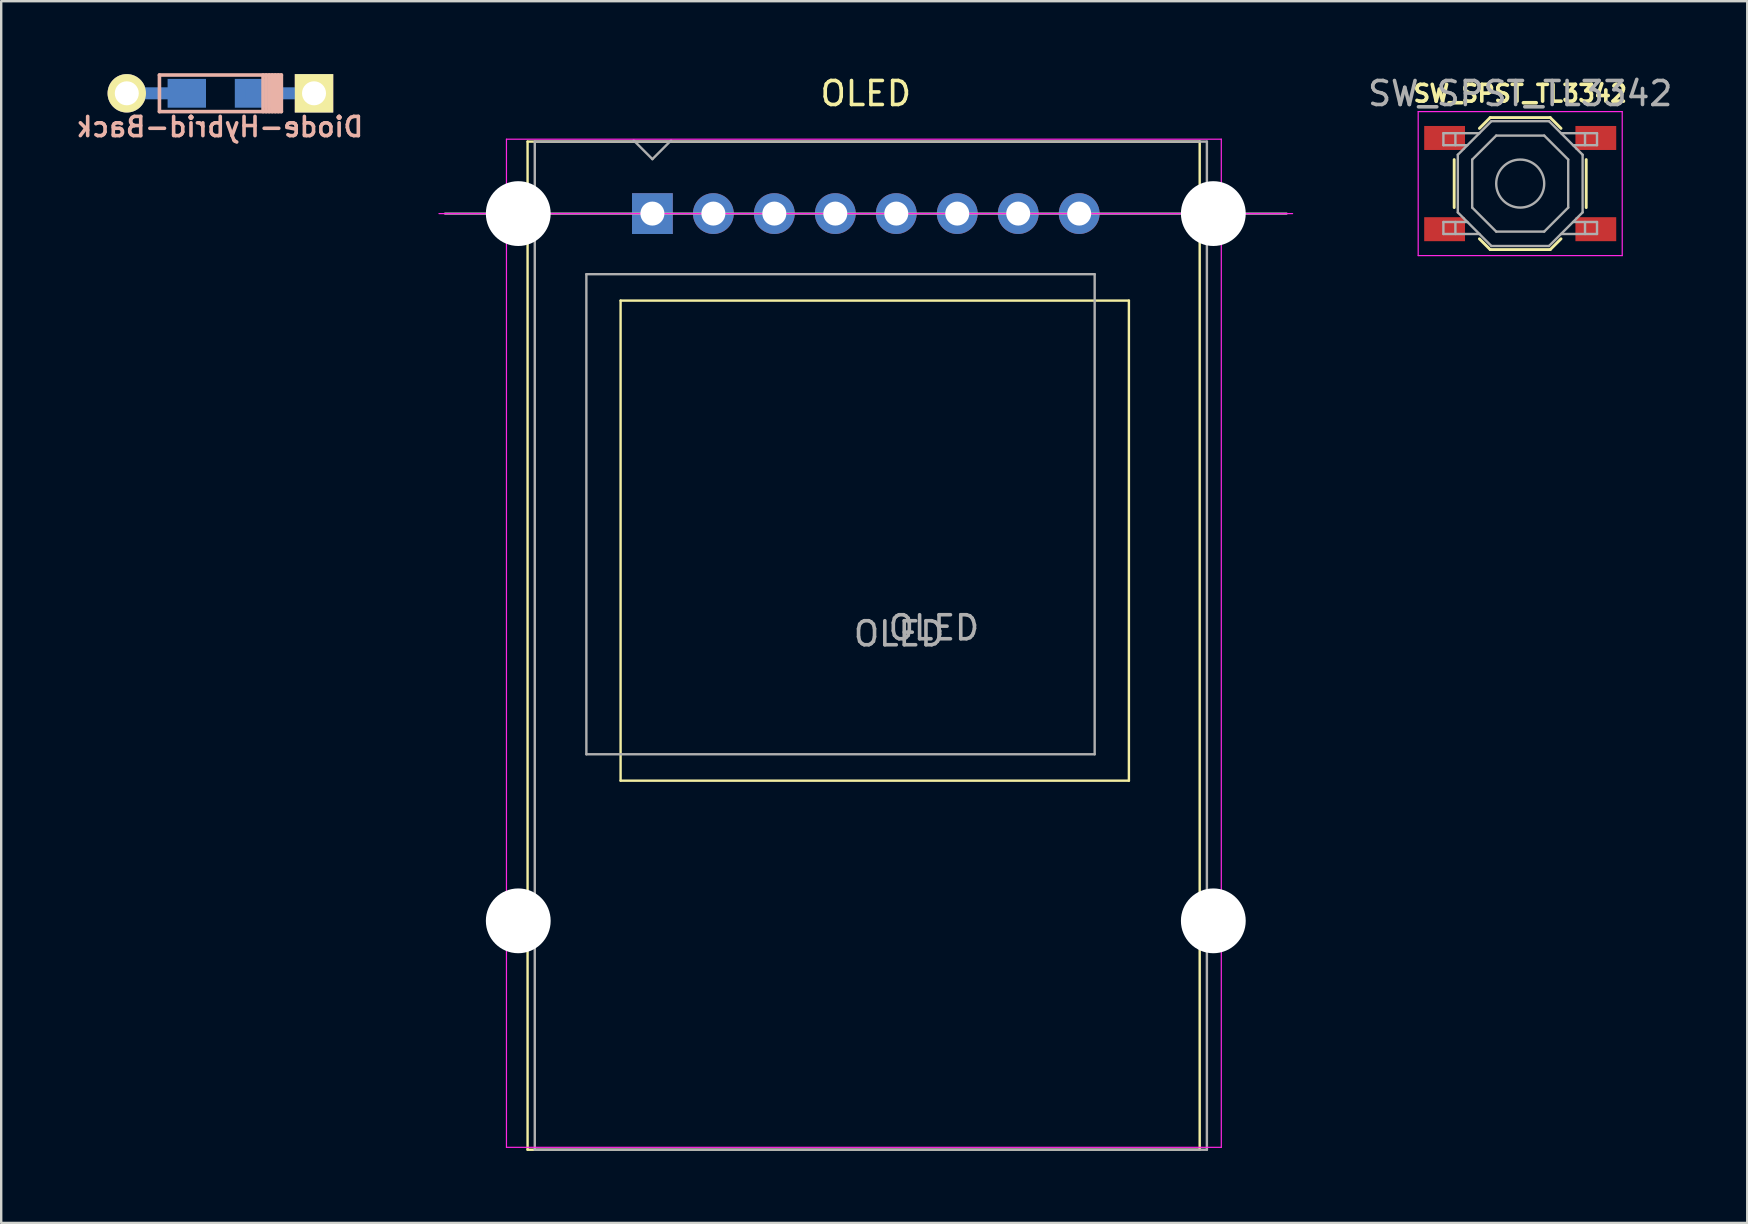
<source format=kicad_pcb>
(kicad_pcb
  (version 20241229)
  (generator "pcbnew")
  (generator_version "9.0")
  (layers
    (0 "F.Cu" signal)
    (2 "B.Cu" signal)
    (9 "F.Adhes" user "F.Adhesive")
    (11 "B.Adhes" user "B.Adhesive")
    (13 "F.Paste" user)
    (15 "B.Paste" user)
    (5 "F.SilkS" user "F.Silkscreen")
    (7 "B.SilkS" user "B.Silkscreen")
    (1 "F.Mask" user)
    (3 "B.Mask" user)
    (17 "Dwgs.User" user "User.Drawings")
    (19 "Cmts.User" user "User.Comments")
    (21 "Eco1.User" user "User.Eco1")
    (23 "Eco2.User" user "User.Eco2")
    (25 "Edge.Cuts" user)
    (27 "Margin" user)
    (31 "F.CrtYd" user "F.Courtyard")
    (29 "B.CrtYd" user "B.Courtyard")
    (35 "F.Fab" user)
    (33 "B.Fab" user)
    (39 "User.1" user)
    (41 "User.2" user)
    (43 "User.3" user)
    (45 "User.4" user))
  (footprint "Diode-Hybrid-Back"
    (layer "F.Cu")
    (at 6.132 0.837)
    (property "Reference" "Diode-Hybrid-Back" (at -0.025 1.4 0) (layer "B.SilkS") (effects (font (size 0.8 0.8) (thickness 0.15)) (justify mirror)))
    (attr smd)
    (fp_line (start -2.54 -0.762) (end -2.54 0.762) (stroke (width 0.15) (type solid)) (layer "B.SilkS"))
    (fp_line (start -2.54 0.762) (end 2.54 0.762) (stroke (width 0.15) (type solid)) (layer "B.SilkS"))
    (fp_line (start 1.778 0.762) (end 1.778 -0.762) (stroke (width 0.15) (type solid)) (layer "B.SilkS"))
    (fp_line (start 1.905 0.762) (end 1.905 -0.762) (stroke (width 0.15) (type solid)) (layer "B.SilkS"))
    (fp_line (start 2.032 -0.762) (end 2.032 0.762) (stroke (width 0.15) (type solid)) (layer "B.SilkS"))
    (fp_line (start 2.159 0.762) (end 2.159 -0.762) (stroke (width 0.15) (type solid)) (layer "B.SilkS"))
    (fp_line (start 2.286 -0.762) (end 2.286 0.762) (stroke (width 0.15) (type solid)) (layer "B.SilkS"))
    (fp_line (start 2.413 0.762) (end 2.413 -0.762) (stroke (width 0.15) (type solid)) (layer "B.SilkS"))
    (fp_line (start 2.54 -0.762) (end -2.54 -0.762) (stroke (width 0.15) (type solid)) (layer "B.SilkS"))
    (fp_line (start 2.54 0.762) (end 2.54 -0.762) (stroke (width 0.15) (type solid)) (layer "B.SilkS"))
    (pad "1" smd rect (at 1.4 0) (size 1.6 1.2) (layers "B.Cu" "B.Mask" "B.Paste"))
    (pad "1" smd rect (at 2.5 0) (size 2.9 0.5) (layers "B.Cu"))
    (pad "1" thru_hole rect (at 3.9 0) (size 1.6 1.6) (drill 1) (layers "*.Cu" "*.Mask" "F.SilkS"))
    (pad "2" thru_hole circle (at -3.9 0) (size 1.6 1.6) (drill 1) (layers "*.Cu" "*.Mask" "F.SilkS"))
    (pad "2" smd rect (at -2.5 0) (size 2.9 0.5) (layers "B.Cu"))
    (pad "2" smd rect (at -1.4 0) (size 1.6 1.2) (layers "B.Cu" "B.Mask" "B.Paste")))
  (footprint "OLED"
    (layer "F.Cu")
    (at 24.129 5.848)
    (property "Reference" "OLED" (at 8.89 -5 0) (layer "F.SilkS") (effects (font (size 1 1) (thickness 0.15))))
    (attr through_hole)
    (fp_line (start -5.2 -3) (end 22.8 -3) (stroke (width 0.1) (type default)) (layer "F.SilkS"))
    (fp_line (start -5.2 39) (end -5.2 -3) (stroke (width 0.1) (type default)) (layer "F.SilkS"))
    (fp_line (start -1.325 3.625) (end -1.325 23.625) (stroke (width 0.1) (type solid)) (layer "F.SilkS"))
    (fp_line (start -1.325 3.625) (end 19.851 3.625) (stroke (width 0.1) (type solid)) (layer "F.SilkS"))
    (fp_line (start -1.325 23.625) (end 19.851 23.625) (stroke (width 0.1) (type solid)) (layer "F.SilkS"))
    (fp_line (start 19.851 3.625) (end 19.851 23.625) (stroke (width 0.1) (type solid)) (layer "F.SilkS"))
    (fp_line (start 22.8 -3) (end 22.8 39) (stroke (width 0.1) (type default)) (layer "F.SilkS"))
    (fp_line (start 22.8 39) (end -5.2 39) (stroke (width 0.1) (type default)) (layer "F.SilkS"))
    (fp_line (start -6.08 -3.1) (end -6.08 38.9) (stroke (width 0.05) (type solid)) (layer "F.CrtYd"))
    (fp_line (start -6.08 -3.1) (end 23.7 -3.1) (stroke (width 0.05) (type default)) (layer "F.CrtYd"))
    (fp_line (start -6.08 38.9) (end 23.7 38.9) (stroke (width 0.05) (type solid)) (layer "F.CrtYd"))
    (fp_line (start 23.7 -3.1) (end 23.7 38.9) (stroke (width 0.05) (type solid)) (layer "F.CrtYd"))
    (fp_line (start 26.67 0) (end -8.89 0) (stroke (width 0.05) (type solid)) (layer "F.CrtYd"))
    (fp_line (start -4.9 -3) (end -4.9 39) (stroke (width 0.1) (type solid)) (layer "F.Fab"))
    (fp_line (start -4.9 -3) (end 23.1 -3) (stroke (width 0.1) (type default)) (layer "F.Fab"))
    (fp_line (start -4.9 39) (end 23.1 39) (stroke (width 0.1) (type default)) (layer "F.Fab"))
    (fp_line (start -2.751 2.525) (end -2.751 22.525) (stroke (width 0.1) (type solid)) (layer "F.Fab"))
    (fp_line (start -2.751 2.525) (end 18.425 2.525) (stroke (width 0.1) (type solid)) (layer "F.Fab"))
    (fp_line (start -2.751 22.525) (end 18.425 22.525) (stroke (width 0.1) (type solid)) (layer "F.Fab"))
    (fp_line (start -0.78 -3.048) (end 0 -2.268) (stroke (width 0.1) (type solid)) (layer "F.Fab"))
    (fp_line (start 0 -2.268) (end 0.78 -3.048) (stroke (width 0.1) (type solid)) (layer "F.Fab"))
    (fp_line (start 18.425 2.525) (end 18.425 22.525) (stroke (width 0.1) (type solid)) (layer "F.Fab"))
    (fp_line (start 23.1 -3) (end 23.1 39) (stroke (width 0.1) (type default)) (layer "F.Fab"))
    (fp_line (start 26.416 0) (end -8.636 0) (stroke (width 0.1) (type solid)) (layer "F.Fab"))
    (fp_text user "${REFERENCE}" (at 10.278 17.507 0) (layer "F.Fab") (effects (font (size 1 1) (thickness 0.15))))
    (fp_text user "${REFERENCE}" (at 11.727 17.257 0) (layer "F.Fab") (effects (font (size 1 1) (thickness 0.15))))
    (pad "" np_thru_hole circle (at -5.588 0) (size 2.7 2.7) (drill 2.7) (layers "*.Cu" "*.Mask"))
    (pad "" np_thru_hole circle (at -5.588 29.464) (size 2.7 2.7) (drill 2.7) (layers "*.Cu" "*.Mask"))
    (pad "" np_thru_hole circle (at 23.368 0) (size 2.7 2.7) (drill 2.7) (layers "*.Cu" "*.Mask"))
    (pad "" np_thru_hole circle (at 23.368 29.464) (size 2.7 2.7) (drill 2.7) (layers "*.Cu" "*.Mask"))
    (pad "1" thru_hole rect (at 0 0) (size 1.7 1.7) (drill 1) (layers "*.Cu" "*.Mask"))
    (pad "2" thru_hole circle (at 2.54 0) (size 1.7 1.7) (drill 1) (layers "*.Cu" "*.Mask"))
    (pad "3" thru_hole circle (at 5.08 0) (size 1.7 1.7) (drill 1) (layers "*.Cu" "*.Mask"))
    (pad "4" thru_hole circle (at 7.62 0) (size 1.7 1.7) (drill 1) (layers "*.Cu" "*.Mask"))
    (pad "5" thru_hole circle (at 10.16 0) (size 1.7 1.7) (drill 1) (layers "*.Cu" "*.Mask"))
    (pad "6" thru_hole circle (at 12.7 0) (size 1.7 1.7) (drill 1) (layers "*.Cu" "*.Mask"))
    (pad "7" thru_hole circle (at 15.24 0) (size 1.7 1.7) (drill 1) (layers "*.Cu" "*.Mask"))
    (pad "8" thru_hole circle (at 17.78 0) (size 1.7 1.7) (drill 1) (layers "*.Cu" "*.Mask")))
  (footprint "SW_SPST_TL3342"
    (layer "F.Cu")
    (at 60.282 4.598)
    (property "Reference" "SW_SPST_TL3342" (at 0 -3.75 0) (layer "F.SilkS") (effects (font (size 0.7 0.7) (thickness 0.15))))
    (attr smd)
    (fp_line (start -2.75 -1) (end -2.75 1) (stroke (width 0.12) (type solid)) (layer "F.SilkS"))
    (fp_line (start -1.7 -2.3) (end -1.25 -2.75) (stroke (width 0.12) (type solid)) (layer "F.SilkS"))
    (fp_line (start -1.7 2.3) (end -1.25 2.75) (stroke (width 0.12) (type solid)) (layer "F.SilkS"))
    (fp_line (start -1.25 -2.75) (end 1.25 -2.75) (stroke (width 0.12) (type solid)) (layer "F.SilkS"))
    (fp_line (start -1.25 2.75) (end 1.25 2.75) (stroke (width 0.12) (type solid)) (layer "F.SilkS"))
    (fp_line (start 1.7 -2.3) (end 1.25 -2.75) (stroke (width 0.12) (type solid)) (layer "F.SilkS"))
    (fp_line (start 1.7 2.3) (end 1.25 2.75) (stroke (width 0.12) (type solid)) (layer "F.SilkS"))
    (fp_line (start 2.75 -1) (end 2.75 1) (stroke (width 0.12) (type solid)) (layer "F.SilkS"))
    (fp_line (start -4.25 -3) (end 4.25 -3) (stroke (width 0.05) (type solid)) (layer "F.CrtYd"))
    (fp_line (start -4.25 3) (end -4.25 -3) (stroke (width 0.05) (type solid)) (layer "F.CrtYd"))
    (fp_line (start 4.25 -3) (end 4.25 3) (stroke (width 0.05) (type solid)) (layer "F.CrtYd"))
    (fp_line (start 4.25 3) (end -4.25 3) (stroke (width 0.05) (type solid)) (layer "F.CrtYd"))
    (fp_line (start -3.2 -2.1) (end -3.2 -1.6) (stroke (width 0.1) (type solid)) (layer "F.Fab"))
    (fp_line (start -3.2 -1.6) (end -2.2 -1.6) (stroke (width 0.1) (type solid)) (layer "F.Fab"))
    (fp_line (start -3.2 1.6) (end -2.2 1.6) (stroke (width 0.1) (type solid)) (layer "F.Fab"))
    (fp_line (start -3.2 2.1) (end -3.2 1.6) (stroke (width 0.1) (type solid)) (layer "F.Fab"))
    (fp_line (start -2.7 -2.1) (end -2.7 -1.6) (stroke (width 0.1) (type solid)) (layer "F.Fab"))
    (fp_line (start -2.7 2.1) (end -2.7 1.6) (stroke (width 0.1) (type solid)) (layer "F.Fab"))
    (fp_line (start -2.6 -1.2) (end -2.6 1.2) (stroke (width 0.1) (type solid)) (layer "F.Fab"))
    (fp_line (start -2.6 1.2) (end -1.2 2.6) (stroke (width 0.1) (type solid)) (layer "F.Fab"))
    (fp_line (start -2 -1) (end -1 -2) (stroke (width 0.1) (type solid)) (layer "F.Fab"))
    (fp_line (start -2 1) (end -2 -1) (stroke (width 0.1) (type solid)) (layer "F.Fab"))
    (fp_line (start -1.7 -2.1) (end -3.2 -2.1) (stroke (width 0.1) (type solid)) (layer "F.Fab"))
    (fp_line (start -1.7 2.1) (end -3.2 2.1) (stroke (width 0.1) (type solid)) (layer "F.Fab"))
    (fp_line (start -1.2 -2.6) (end -2.6 -1.2) (stroke (width 0.1) (type solid)) (layer "F.Fab"))
    (fp_line (start -1.2 2.6) (end 1.2 2.6) (stroke (width 0.1) (type solid)) (layer "F.Fab"))
    (fp_line (start -1 -2) (end 1 -2) (stroke (width 0.1) (type solid)) (layer "F.Fab"))
    (fp_line (start -1 2) (end -2 1) (stroke (width 0.1) (type solid)) (layer "F.Fab"))
    (fp_line (start 1 -2) (end 2 -1) (stroke (width 0.1) (type solid)) (layer "F.Fab"))
    (fp_line (start 1 2) (end -1 2) (stroke (width 0.1) (type solid)) (layer "F.Fab"))
    (fp_line (start 1.2 -2.6) (end -1.2 -2.6) (stroke (width 0.1) (type solid)) (layer "F.Fab"))
    (fp_line (start 1.2 2.6) (end 2.6 1.2) (stroke (width 0.1) (type solid)) (layer "F.Fab"))
    (fp_line (start 1.7 -2.1) (end 3.2 -2.1) (stroke (width 0.1) (type solid)) (layer "F.Fab"))
    (fp_line (start 1.7 2.1) (end 3.2 2.1) (stroke (width 0.1) (type solid)) (layer "F.Fab"))
    (fp_line (start 2 -1) (end 2 1) (stroke (width 0.1) (type solid)) (layer "F.Fab"))
    (fp_line (start 2 1) (end 1 2) (stroke (width 0.1) (type solid)) (layer "F.Fab"))
    (fp_line (start 2.6 -1.2) (end 1.2 -2.6) (stroke (width 0.1) (type solid)) (layer "F.Fab"))
    (fp_line (start 2.6 1.2) (end 2.6 -1.2) (stroke (width 0.1) (type solid)) (layer "F.Fab"))
    (fp_line (start 2.7 -2.1) (end 2.7 -1.6) (stroke (width 0.1) (type solid)) (layer "F.Fab"))
    (fp_line (start 2.7 2.1) (end 2.7 1.6) (stroke (width 0.1) (type solid)) (layer "F.Fab"))
    (fp_line (start 3.2 -2.1) (end 3.2 -1.6) (stroke (width 0.1) (type solid)) (layer "F.Fab"))
    (fp_line (start 3.2 -1.6) (end 2.2 -1.6) (stroke (width 0.1) (type solid)) (layer "F.Fab"))
    (fp_line (start 3.2 1.6) (end 2.2 1.6) (stroke (width 0.1) (type solid)) (layer "F.Fab"))
    (fp_line (start 3.2 2.1) (end 3.2 1.6) (stroke (width 0.1) (type solid)) (layer "F.Fab"))
    (fp_circle (center 0 0) (end 1 0) (stroke (width 0.1) (type solid)) (fill no) (layer "F.Fab"))
    (fp_text user "${REFERENCE}" (at 0 -3.75 0) (layer "F.Fab") (effects (font (size 1 1) (thickness 0.15))))
    (pad "1" smd rect (at -3.15 -1.9) (size 1.7 1) (layers "F.Cu" "F.Mask" "F.Paste"))
    (pad "1" smd rect (at 3.15 -1.9) (size 1.7 1) (layers "F.Cu" "F.Mask" "F.Paste"))
    (pad "2" smd rect (at -3.15 1.9) (size 1.7 1) (layers "F.Cu" "F.Mask" "F.Paste"))
    (pad "2" smd rect (at 3.15 1.9) (size 1.7 1) (layers "F.Cu" "F.Mask" "F.Paste")))
  (gr_rect
    (start -3 -3)
    (end 69.74 47.898)
    (stroke (width 0.1) (type default))
    (fill no)
    (layer "Edge.Cuts")))
</source>
